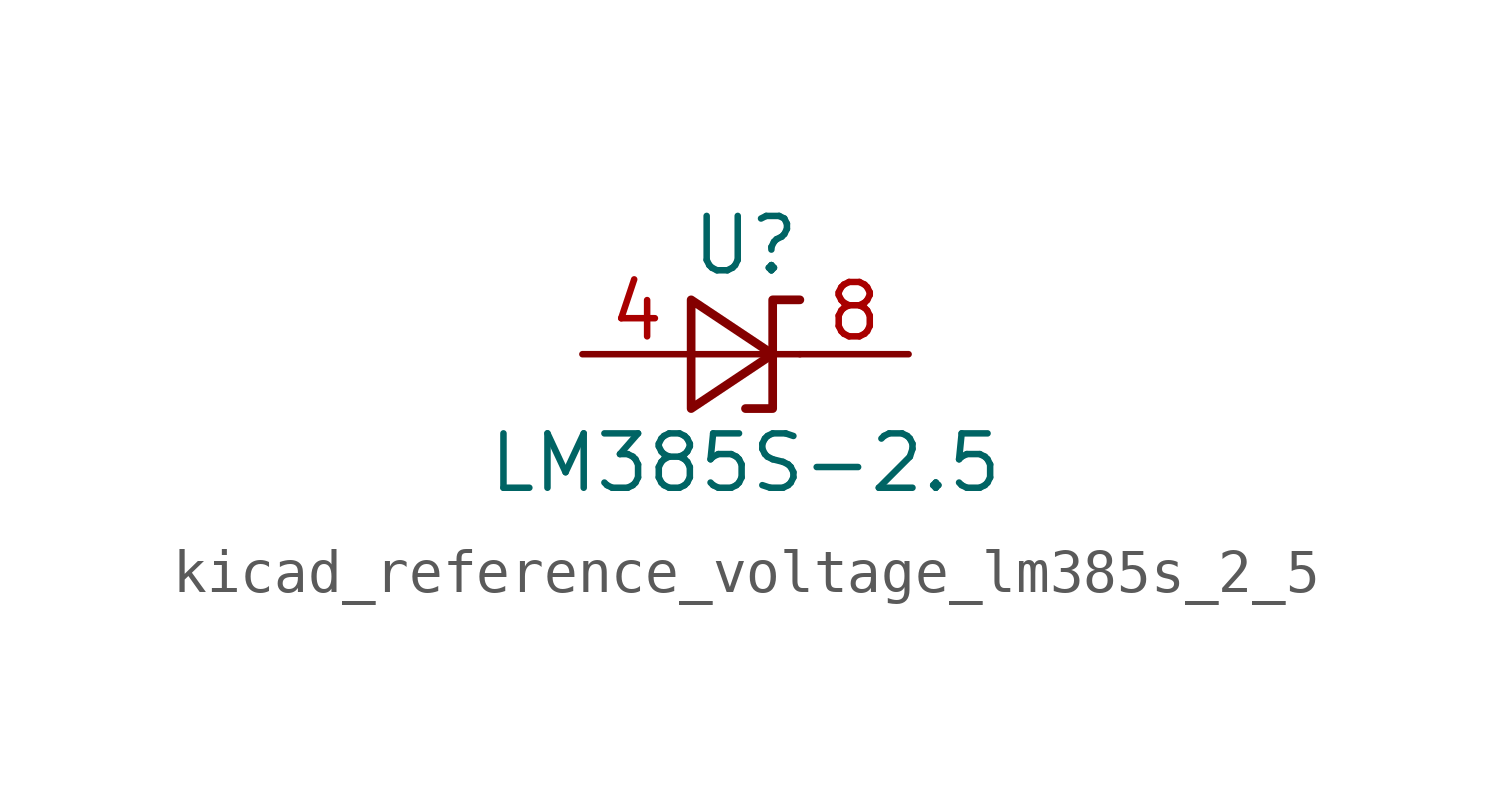
<source format=kicad_sym>
(kicad_symbol_lib
  (version 20220914)
  (generator kicad_symbol_editor)
  (symbol "kicad_reference_voltage_lm385s_2_5"
    (pin_names
      (offset 0.025) hide)
    (property "Reference" "U"
      (at 0 2.54 0)
      (effects (font (size 1.27 1.27))))
    (property "Value" "LM385S-2.5"
      (at 0 -2.54 0)
      (effects (font (size 1.27 1.27))))
    (symbol "kicad_reference_voltage_lm385s_2_5_0_1"
      (polyline (pts (xy -1.27 0) (xy 0 0) (xy 1.27 0)) (stroke (width 0) (type default)) (fill (type none)))
      (polyline (pts (xy -1.27 -1.27) (xy 0.635 0) (xy -1.27 1.27) (xy -1.27 -1.27)) (stroke (width 0.203) (type default)) (fill (type none)))
      (polyline (pts (xy 0 -1.27) (xy 0.635 -1.27) (xy 0.635 1.27) (xy 1.27 1.27)) (stroke (width 0.203) (type default)) (fill (type none))))
    (symbol "kicad_reference_voltage_lm385s_2_5_1_1"
      (pin passive line (at -3.81 0 0) (length 2.54) (name "A" (effects (font (size 1.27 1.27)))) (number "4" (effects (font (size 1.27 1.27)))))
      (pin passive line (at 3.81 0 180) (length 2.54) hide (name "K" (effects (font (size 1.27 1.27)))) (number "6" (effects (font (size 1.27 1.27)))))
      (pin passive line (at 3.81 0 180) (length 2.54) (name "K" (effects (font (size 1.27 1.27)))) (number "8" (effects (font (size 1.27 1.27))))))))
</source>
